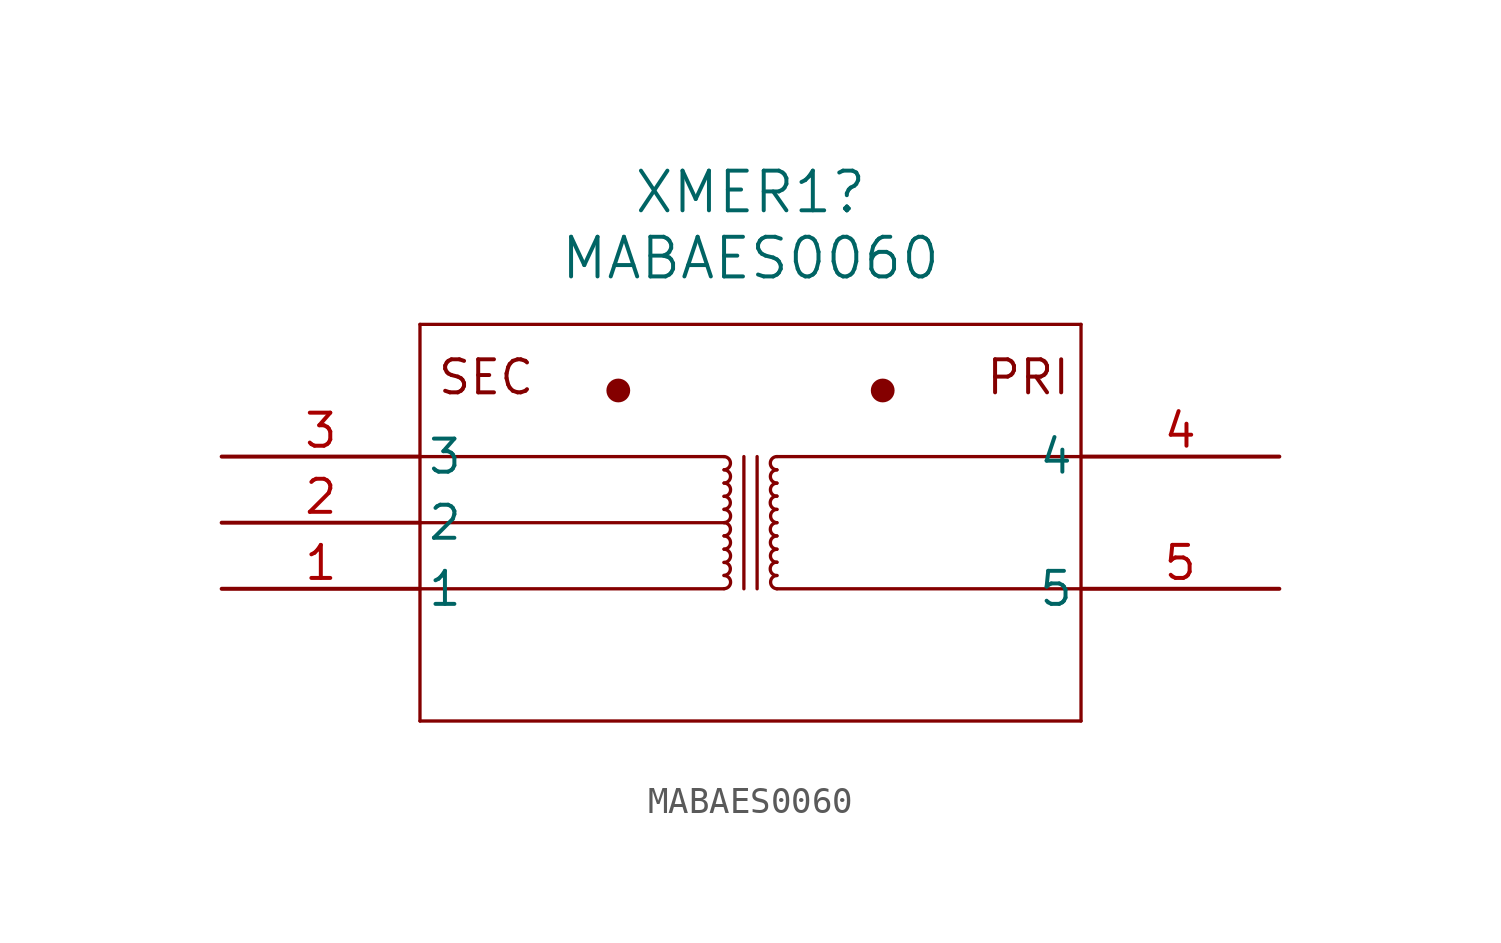
<source format=kicad_sym>
(kicad_symbol_lib
  (version 20231120)
  (generator "kicad_symbol_editor")
  (generator_version "8.0")
  (symbol "MABAES0060"
    (pin_names
      (offset 0.254))
    (property "Reference" "XMER1"
      (at 20.32 10.16 0)
      (effects (font (size 1.524 1.524))))
    (property "Value" "MABAES0060"
      (at 20.32 7.62 0)
      (effects (font (size 1.524 1.524))))
    (property "ki_locked" ""
      (at 0 0 0)
      (effects (font (size 1.27 1.27))))
    (symbol "MABAES0060_0_1"
      (polyline (pts (xy 7.62 -10.16) (xy 33.02 -10.16)) (stroke (width 0.127) (type default)) (fill (type none)))
      (polyline (pts (xy 7.62 -2.54) (xy 19.304 -2.54)) (stroke (width 0.127) (type default)) (fill (type none)))
      (polyline (pts (xy 7.62 0) (xy 19.304 0)) (stroke (width 0.127) (type default)) (fill (type none)))
      (polyline (pts (xy 7.62 5.08) (xy 7.62 -10.16)) (stroke (width 0.127) (type default)) (fill (type none)))
      (polyline (pts (xy 19.304 -5.08) (xy 7.62 -5.08)) (stroke (width 0.127) (type default)) (fill (type none)))
      (polyline (pts (xy 20.066 0) (xy 20.066 -5.08)) (stroke (width 0.127) (type default)) (fill (type none)))
      (polyline (pts (xy 20.574 -5.08) (xy 20.574 0)) (stroke (width 0.127) (type default)) (fill (type none)))
      (polyline (pts (xy 21.336 -5.08) (xy 33.02 -5.08)) (stroke (width 0.127) (type default)) (fill (type none)))
      (polyline (pts (xy 33.02 -10.16) (xy 33.02 5.08)) (stroke (width 0.127) (type default)) (fill (type none)))
      (polyline (pts (xy 33.02 0) (xy 21.336 0)) (stroke (width 0.127) (type default)) (fill (type none)))
      (polyline (pts (xy 33.02 5.08) (xy 7.62 5.08)) (stroke (width 0.127) (type default)) (fill (type none)))
      (arc (start 19.304 -5.08) (mid 19.558 -4.826) (end 19.304 -4.572) (stroke (width 0.127) (type default)) (fill (type none)))
      (arc (start 19.304 -4.572) (mid 19.558 -4.318) (end 19.304 -4.064) (stroke (width 0.127) (type default)) (fill (type none)))
      (arc (start 19.304 -4.064) (mid 19.558 -3.81) (end 19.304 -3.556) (stroke (width 0.127) (type default)) (fill (type none)))
      (arc (start 19.304 -3.556) (mid 19.558 -3.302) (end 19.304 -3.048) (stroke (width 0.127) (type default)) (fill (type none)))
      (arc (start 19.304 -3.048) (mid 19.558 -2.794) (end 19.304 -2.54) (stroke (width 0.127) (type default)) (fill (type none)))
      (arc (start 19.304 -2.54) (mid 19.558 -2.286) (end 19.304 -2.032) (stroke (width 0.127) (type default)) (fill (type none)))
      (arc (start 19.304 -2.032) (mid 19.558 -1.778) (end 19.304 -1.524) (stroke (width 0.127) (type default)) (fill (type none)))
      (arc (start 19.304 -1.524) (mid 19.558 -1.27) (end 19.304 -1.016) (stroke (width 0.127) (type default)) (fill (type none)))
      (arc (start 19.304 -1.016) (mid 19.558 -0.762) (end 19.304 -0.508) (stroke (width 0.127) (type default)) (fill (type none)))
      (arc (start 19.304 -0.508) (mid 19.558 -0.254) (end 19.304 0) (stroke (width 0.127) (type default)) (fill (type none)))
      (arc (start 21.336 -4.572) (mid 21.082 -4.826) (end 21.336 -5.08) (stroke (width 0.127) (type default)) (fill (type none)))
      (arc (start 21.336 -4.064) (mid 21.082 -4.318) (end 21.336 -4.572) (stroke (width 0.127) (type default)) (fill (type none)))
      (arc (start 21.336 -3.556) (mid 21.082 -3.81) (end 21.336 -4.064) (stroke (width 0.127) (type default)) (fill (type none)))
      (arc (start 21.336 -3.048) (mid 21.082 -3.302) (end 21.336 -3.556) (stroke (width 0.127) (type default)) (fill (type none)))
      (arc (start 21.336 -2.54) (mid 21.082 -2.794) (end 21.336 -3.048) (stroke (width 0.127) (type default)) (fill (type none)))
      (arc (start 21.336 -2.032) (mid 21.082 -2.286) (end 21.336 -2.54) (stroke (width 0.127) (type default)) (fill (type none)))
      (arc (start 21.336 -1.524) (mid 21.082 -1.778) (end 21.336 -2.032) (stroke (width 0.127) (type default)) (fill (type none)))
      (arc (start 21.336 -1.016) (mid 21.082 -1.27) (end 21.336 -1.524) (stroke (width 0.127) (type default)) (fill (type none)))
      (arc (start 21.336 -0.508) (mid 21.082 -0.762) (end 21.336 -1.016) (stroke (width 0.127) (type default)) (fill (type none)))
      (arc (start 21.336 0) (mid 21.082 -0.254) (end 21.336 -0.508) (stroke (width 0.127) (type default)) (fill (type none)))
      (pin unspecified line (at 0 -5.08 0) (length 7.62) (name "1" (effects (font (size 1.27 1.27)))) (number "1" (effects (font (size 1.27 1.27)))))
      (pin unspecified line (at 0 -2.54 0) (length 7.62) (name "2" (effects (font (size 1.27 1.27)))) (number "2" (effects (font (size 1.27 1.27)))))
      (pin unspecified line (at 0 0 0) (length 7.62) (name "3" (effects (font (size 1.27 1.27)))) (number "3" (effects (font (size 1.27 1.27)))))
      (pin unspecified line (at 40.64 0 180) (length 7.62) (name "4" (effects (font (size 1.27 1.27)))) (number "4" (effects (font (size 1.27 1.27)))))
      (pin unspecified line (at 40.64 -5.08 180) (length 7.62) (name "5" (effects (font (size 1.27 1.27)))) (number "5" (effects (font (size 1.27 1.27))))))
    (symbol "MABAES0060_1_1"
      (circle (center 15.24 2.54) (radius 0.381) (stroke (width 0) (type default)) (fill (type outline)))
      (circle (center 25.4 2.54) (radius 0.381) (stroke (width 0) (type default)) (fill (type outline)))
      (text "PRI" (at 30.988 3.048 0) (effects (font (size 1.27 1.27))))
      (text "SEC" (at 10.16 3.048 0) (effects (font (size 1.27 1.27)))))))
</source>
